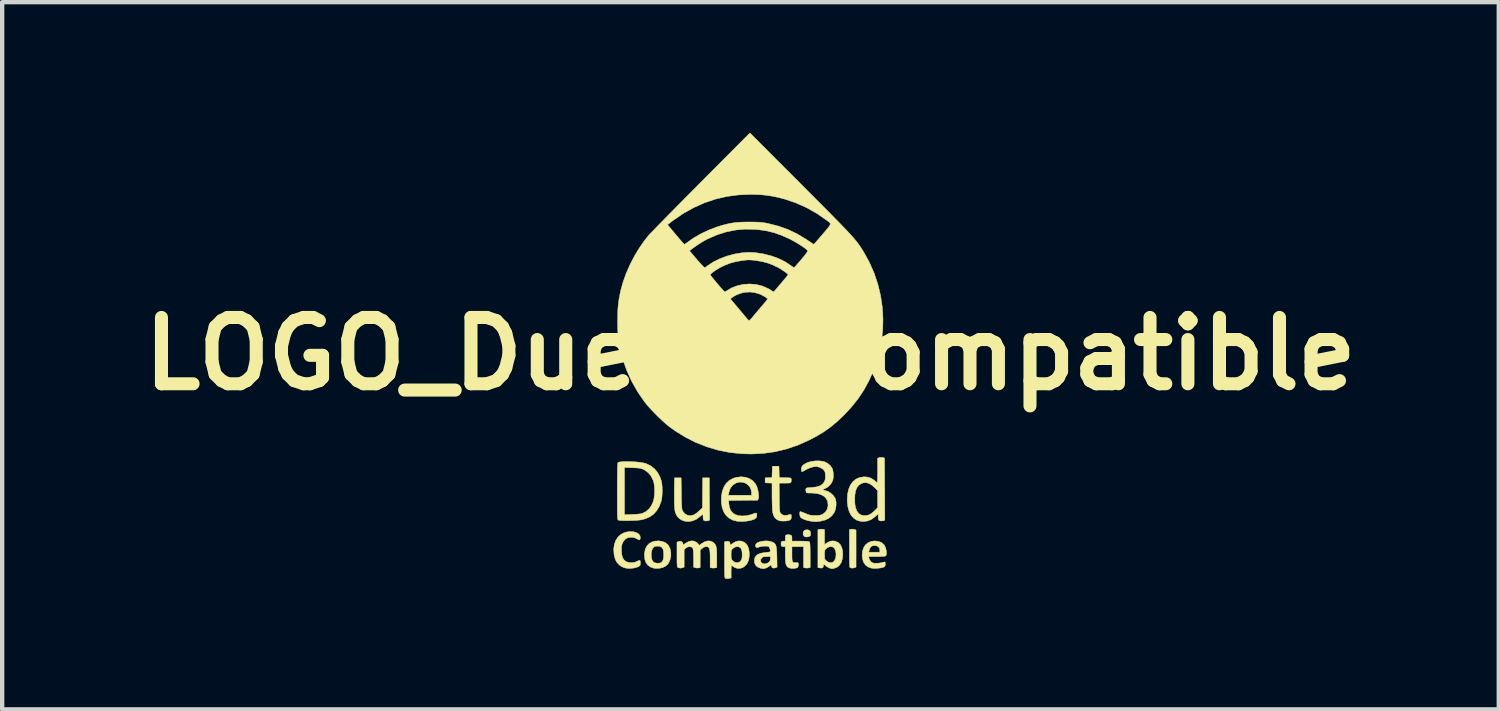
<source format=kicad_pcb>
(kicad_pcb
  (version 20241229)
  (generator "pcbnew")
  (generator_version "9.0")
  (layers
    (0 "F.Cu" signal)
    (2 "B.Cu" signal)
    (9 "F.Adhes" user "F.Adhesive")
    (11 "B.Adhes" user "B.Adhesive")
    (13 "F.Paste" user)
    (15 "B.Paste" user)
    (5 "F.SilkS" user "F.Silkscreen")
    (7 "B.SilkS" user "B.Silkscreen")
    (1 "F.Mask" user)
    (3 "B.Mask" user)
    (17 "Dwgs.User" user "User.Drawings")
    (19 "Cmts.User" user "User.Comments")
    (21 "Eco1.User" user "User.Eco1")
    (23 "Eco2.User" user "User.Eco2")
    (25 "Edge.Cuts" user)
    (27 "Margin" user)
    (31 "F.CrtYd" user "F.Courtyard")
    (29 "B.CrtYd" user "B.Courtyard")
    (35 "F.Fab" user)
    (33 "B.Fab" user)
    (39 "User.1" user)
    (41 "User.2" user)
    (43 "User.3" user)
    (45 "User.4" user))
  (footprint "LOGO_Duet3dCompatible"
    (layer "F.Cu")
    (at 14.195 5.079)
    (property "Reference" "LOGO_Duet3dCompatible" (at 0 0 0) (layer "F.SilkS") (effects (font (size 1.524 1.524) (thickness 0.3))))
    (attr through_hole)
    (fp_poly (pts (xy 1.318 4.045) (xy 1.342 4.053) (xy 1.366 4.07) (xy 1.378 4.095) (xy 1.382 4.122) (xy 1.38 4.165) (xy 1.368 4.189) (xy 1.333 4.205) (xy 1.288 4.211) (xy 1.248 4.204) (xy 1.248 4.204) (xy 1.222 4.181) (xy 1.209 4.143) (xy 1.212 4.099) (xy 1.214 4.091) (xy 1.237 4.061) (xy 1.275 4.045) (xy 1.318 4.045)) (stroke (width 0.01) (type solid)) (fill yes) (layer "F.SilkS"))
    (fp_poly (pts (xy 2.391 4.037) (xy 2.426 4.051) (xy 2.426 4.903) (xy 2.393 4.915) (xy 2.346 4.926) (xy 2.296 4.919) (xy 2.296 4.919) (xy 2.29 4.916) (xy 2.285 4.908) (xy 2.281 4.894) (xy 2.278 4.871) (xy 2.276 4.835) (xy 2.275 4.786) (xy 2.274 4.719) (xy 2.273 4.633) (xy 2.273 4.525) (xy 2.273 4.476) (xy 2.273 4.04) (xy 2.315 4.032) (xy 2.355 4.03) (xy 2.391 4.037)) (stroke (width 0.01) (type solid)) (fill yes) (layer "F.SilkS"))
    (fp_poly (pts (xy -1.587 3.213) (xy -1.586 3.319) (xy -1.584 3.404) (xy -1.581 3.468) (xy -1.579 3.517) (xy -1.576 3.553) (xy -1.571 3.579) (xy -1.566 3.597) (xy -1.559 3.612) (xy -1.556 3.618) (xy -1.511 3.674) (xy -1.454 3.707) (xy -1.413 3.717) (xy -1.357 3.718) (xy -1.303 3.702) (xy -1.247 3.668) (xy -1.187 3.617) (xy -1.105 3.541) (xy -1.102 3.196) (xy -1.099 2.851) (xy -0.946 2.851) (xy -0.943 3.337) (xy -0.939 3.823) (xy -0.975 3.837) (xy -1.022 3.843) (xy -1.048 3.839) (xy -1.069 3.831) (xy -1.081 3.818) (xy -1.087 3.794) (xy -1.09 3.755) (xy -1.094 3.682) (xy -1.157 3.739) (xy -1.243 3.802) (xy -1.334 3.841) (xy -1.427 3.856) (xy -1.507 3.848) (xy -1.572 3.826) (xy -1.632 3.789) (xy -1.677 3.745) (xy -1.686 3.731) (xy -1.705 3.698) (xy -1.72 3.665) (xy -1.732 3.627) (xy -1.74 3.583) (xy -1.745 3.528) (xy -1.749 3.459) (xy -1.75 3.373) (xy -1.75 3.267) (xy -1.75 3.2) (xy -1.746 2.851) (xy -1.594 2.851) (xy -1.587 3.213)) (stroke (width 0.01) (type solid)) (fill yes) (layer "F.SilkS"))
    (fp_poly (pts (xy -2.029 4.311) (xy -1.958 4.339) (xy -1.902 4.383) (xy -1.883 4.406) (xy -1.848 4.479) (xy -1.831 4.563) (xy -1.831 4.651) (xy -1.849 4.736) (xy -1.883 4.811) (xy -1.897 4.832) (xy -1.947 4.877) (xy -2.014 4.911) (xy -2.091 4.93) (xy -2.173 4.933) (xy -2.221 4.927) (xy -2.3 4.9) (xy -2.361 4.855) (xy -2.405 4.793) (xy -2.43 4.713) (xy -2.437 4.615) (xy -2.436 4.602) (xy -2.281 4.602) (xy -2.278 4.667) (xy -2.265 4.726) (xy -2.241 4.772) (xy -2.226 4.788) (xy -2.188 4.805) (xy -2.137 4.813) (xy -2.087 4.81) (xy -2.057 4.8) (xy -2.025 4.771) (xy -2.004 4.722) (xy -1.995 4.651) (xy -1.994 4.616) (xy -1.998 4.539) (xy -2.013 4.483) (xy -2.04 4.446) (xy -2.08 4.426) (xy -2.134 4.42) (xy -2.189 4.426) (xy -2.227 4.445) (xy -2.253 4.48) (xy -2.273 4.537) (xy -2.281 4.602) (xy -2.436 4.602) (xy -2.435 4.59) (xy -2.42 4.498) (xy -2.385 4.422) (xy -2.332 4.364) (xy -2.261 4.323) (xy -2.197 4.305) (xy -2.11 4.299) (xy -2.029 4.311)) (stroke (width 0.01) (type solid)) (fill yes) (layer "F.SilkS"))
    (fp_poly (pts (xy -2.679 4.092) (xy -2.614 4.112) (xy -2.566 4.143) (xy -2.538 4.184) (xy -2.532 4.232) (xy -2.535 4.251) (xy -2.542 4.271) (xy -2.553 4.278) (xy -2.574 4.272) (xy -2.61 4.253) (xy -2.618 4.248) (xy -2.671 4.225) (xy -2.73 4.217) (xy -2.744 4.217) (xy -2.814 4.225) (xy -2.869 4.253) (xy -2.914 4.302) (xy -2.934 4.337) (xy -2.95 4.373) (xy -2.959 4.409) (xy -2.964 4.452) (xy -2.965 4.512) (xy -2.965 4.515) (xy -2.959 4.612) (xy -2.938 4.687) (xy -2.902 4.743) (xy -2.851 4.78) (xy -2.784 4.798) (xy -2.74 4.801) (xy -2.67 4.794) (xy -2.607 4.771) (xy -2.604 4.769) (xy -2.568 4.752) (xy -2.548 4.747) (xy -2.538 4.752) (xy -2.535 4.758) (xy -2.528 4.8) (xy -2.533 4.845) (xy -2.54 4.864) (xy -2.564 4.886) (xy -2.607 4.905) (xy -2.662 4.92) (xy -2.724 4.93) (xy -2.786 4.934) (xy -2.842 4.93) (xy -2.851 4.928) (xy -2.913 4.912) (xy -2.961 4.89) (xy -3.006 4.858) (xy -3.024 4.842) (xy -3.072 4.79) (xy -3.105 4.728) (xy -3.128 4.651) (xy -3.136 4.601) (xy -3.143 4.488) (xy -3.129 4.384) (xy -3.097 4.293) (xy -3.048 4.215) (xy -2.983 4.154) (xy -2.904 4.111) (xy -2.813 4.089) (xy -2.76 4.085) (xy -2.679 4.092)) (stroke (width 0.01) (type solid)) (fill yes) (layer "F.SilkS"))
    (fp_poly (pts (xy 0.658 2.714) (xy 0.661 2.844) (xy 0.797 2.848) (xy 0.858 2.849) (xy 0.897 2.852) (xy 0.92 2.856) (xy 0.932 2.863) (xy 0.936 2.874) (xy 0.938 2.881) (xy 0.938 2.918) (xy 0.934 2.941) (xy 0.93 2.955) (xy 0.921 2.964) (xy 0.904 2.969) (xy 0.873 2.971) (xy 0.824 2.972) (xy 0.793 2.972) (xy 0.659 2.972) (xy 0.663 3.301) (xy 0.664 3.401) (xy 0.666 3.48) (xy 0.667 3.539) (xy 0.67 3.582) (xy 0.673 3.613) (xy 0.677 3.635) (xy 0.683 3.65) (xy 0.691 3.662) (xy 0.693 3.666) (xy 0.734 3.701) (xy 0.788 3.715) (xy 0.85 3.708) (xy 0.864 3.703) (xy 0.899 3.693) (xy 0.924 3.69) (xy 0.929 3.691) (xy 0.936 3.706) (xy 0.94 3.737) (xy 0.94 3.745) (xy 0.935 3.786) (xy 0.918 3.814) (xy 0.884 3.831) (xy 0.832 3.841) (xy 0.79 3.843) (xy 0.74 3.844) (xy 0.696 3.842) (xy 0.669 3.838) (xy 0.667 3.838) (xy 0.603 3.806) (xy 0.557 3.765) (xy 0.527 3.708) (xy 0.509 3.639) (xy 0.505 3.605) (xy 0.501 3.549) (xy 0.499 3.478) (xy 0.497 3.396) (xy 0.495 3.308) (xy 0.495 3.269) (xy 0.495 2.973) (xy 0.337 2.965) (xy 0.337 2.851) (xy 0.494 2.844) (xy 0.502 2.584) (xy 0.654 2.584) (xy 0.658 2.714)) (stroke (width 0.01) (type solid)) (fill yes) (layer "F.SilkS"))
    (fp_poly (pts (xy 2.944 4.311) (xy 3.015 4.341) (xy 3.069 4.389) (xy 3.105 4.455) (xy 3.123 4.538) (xy 3.124 4.573) (xy 3.122 4.615) (xy 3.112 4.638) (xy 3.1 4.648) (xy 3.078 4.653) (xy 3.037 4.657) (xy 2.98 4.659) (xy 2.915 4.661) (xy 2.895 4.661) (xy 2.716 4.661) (xy 2.724 4.702) (xy 2.739 4.739) (xy 2.765 4.774) (xy 2.77 4.778) (xy 2.793 4.797) (xy 2.817 4.808) (xy 2.85 4.812) (xy 2.894 4.813) (xy 2.948 4.811) (xy 3 4.803) (xy 3.033 4.795) (xy 3.066 4.786) (xy 3.088 4.783) (xy 3.091 4.785) (xy 3.097 4.803) (xy 3.098 4.835) (xy 3.095 4.867) (xy 3.089 4.885) (xy 3.067 4.9) (xy 3.026 4.914) (xy 2.973 4.924) (xy 2.913 4.931) (xy 2.854 4.933) (xy 2.8 4.93) (xy 2.783 4.927) (xy 2.704 4.9) (xy 2.642 4.854) (xy 2.598 4.791) (xy 2.573 4.71) (xy 2.565 4.628) (xy 2.572 4.559) (xy 2.717 4.559) (xy 2.972 4.559) (xy 2.972 4.514) (xy 2.961 4.464) (xy 2.93 4.428) (xy 2.883 4.41) (xy 2.855 4.407) (xy 2.803 4.414) (xy 2.765 4.437) (xy 2.74 4.479) (xy 2.726 4.524) (xy 2.717 4.559) (xy 2.572 4.559) (xy 2.575 4.531) (xy 2.603 4.449) (xy 2.649 4.383) (xy 2.71 4.336) (xy 2.786 4.308) (xy 2.857 4.301) (xy 2.944 4.311)) (stroke (width 0.01) (type solid)) (fill yes) (layer "F.SilkS"))
    (fp_poly (pts (xy 1.669 4.033) (xy 1.669 4.033) (xy 1.702 4.041) (xy 1.702 4.382) (xy 1.75 4.35) (xy 1.815 4.314) (xy 1.875 4.3) (xy 1.936 4.304) (xy 1.945 4.306) (xy 2.01 4.333) (xy 2.061 4.381) (xy 2.097 4.448) (xy 2.117 4.533) (xy 2.121 4.603) (xy 2.113 4.705) (xy 2.089 4.789) (xy 2.049 4.855) (xy 1.995 4.902) (xy 1.937 4.926) (xy 1.898 4.936) (xy 1.873 4.939) (xy 1.85 4.935) (xy 1.817 4.924) (xy 1.811 4.922) (xy 1.77 4.901) (xy 1.732 4.875) (xy 1.728 4.871) (xy 1.7 4.847) (xy 1.684 4.841) (xy 1.677 4.856) (xy 1.676 4.876) (xy 1.667 4.909) (xy 1.639 4.924) (xy 1.593 4.922) (xy 1.587 4.921) (xy 1.549 4.913) (xy 1.549 4.616) (xy 1.702 4.616) (xy 1.702 4.668) (xy 1.705 4.702) (xy 1.712 4.724) (xy 1.726 4.742) (xy 1.747 4.761) (xy 1.796 4.792) (xy 1.846 4.802) (xy 1.891 4.79) (xy 1.916 4.771) (xy 1.946 4.722) (xy 1.963 4.661) (xy 1.966 4.595) (xy 1.957 4.531) (xy 1.933 4.477) (xy 1.917 4.457) (xy 1.878 4.435) (xy 1.831 4.432) (xy 1.781 4.448) (xy 1.747 4.472) (xy 1.725 4.492) (xy 1.711 4.51) (xy 1.705 4.532) (xy 1.702 4.567) (xy 1.702 4.616) (xy 1.549 4.616) (xy 1.549 4.041) (xy 1.593 4.033) (xy 1.633 4.03) (xy 1.669 4.033)) (stroke (width 0.01) (type solid)) (fill yes) (layer "F.SilkS"))
    (fp_poly (pts (xy 0.918 4.164) (xy 0.939 4.175) (xy 0.949 4.191) (xy 0.952 4.221) (xy 0.953 4.241) (xy 0.953 4.305) (xy 1.147 4.305) (xy 1.234 4.306) (xy 1.297 4.309) (xy 1.337 4.313) (xy 1.356 4.32) (xy 1.356 4.321) (xy 1.362 4.335) (xy 1.366 4.366) (xy 1.369 4.417) (xy 1.371 4.488) (xy 1.372 4.583) (xy 1.372 4.624) (xy 1.372 4.913) (xy 1.333 4.921) (xy 1.291 4.925) (xy 1.257 4.921) (xy 1.219 4.913) (xy 1.219 4.432) (xy 0.953 4.432) (xy 0.953 4.602) (xy 0.953 4.678) (xy 0.956 4.733) (xy 0.963 4.769) (xy 0.975 4.789) (xy 0.994 4.799) (xy 1.021 4.8) (xy 1.041 4.798) (xy 1.076 4.798) (xy 1.094 4.806) (xy 1.1 4.816) (xy 1.103 4.85) (xy 1.095 4.886) (xy 1.08 4.913) (xy 1.069 4.92) (xy 1.008 4.932) (xy 0.948 4.933) (xy 0.918 4.928) (xy 0.878 4.916) (xy 0.849 4.897) (xy 0.827 4.869) (xy 0.813 4.829) (xy 0.805 4.772) (xy 0.801 4.697) (xy 0.8 4.623) (xy 0.8 4.432) (xy 0.756 4.432) (xy 0.724 4.429) (xy 0.709 4.415) (xy 0.704 4.401) (xy 0.701 4.362) (xy 0.704 4.337) (xy 0.714 4.315) (xy 0.735 4.306) (xy 0.756 4.305) (xy 0.8 4.305) (xy 0.8 4.236) (xy 0.801 4.196) (xy 0.806 4.175) (xy 0.818 4.165) (xy 0.842 4.159) (xy 0.882 4.157) (xy 0.918 4.164)) (stroke (width 0.01) (type solid)) (fill yes) (layer "F.SilkS"))
    (fp_poly (pts (xy -0.115 2.837) (xy -0.026 2.867) (xy 0.05 2.917) (xy 0.111 2.985) (xy 0.135 3.026) (xy 0.154 3.074) (xy 0.17 3.134) (xy 0.182 3.197) (xy 0.187 3.257) (xy 0.187 3.306) (xy 0.18 3.333) (xy 0.166 3.365) (xy -0.168 3.368) (xy -0.502 3.372) (xy -0.498 3.435) (xy -0.485 3.527) (xy -0.454 3.601) (xy -0.406 3.659) (xy -0.346 3.697) (xy -0.276 3.719) (xy -0.191 3.727) (xy -0.098 3.721) (xy -0.004 3.701) (xy 0.026 3.691) (xy 0.072 3.675) (xy 0.108 3.664) (xy 0.128 3.658) (xy 0.13 3.658) (xy 0.138 3.668) (xy 0.145 3.688) (xy 0.145 3.736) (xy 0.123 3.777) (xy 0.084 3.804) (xy 0.008 3.828) (xy -0.083 3.845) (xy -0.18 3.853) (xy -0.271 3.852) (xy -0.305 3.849) (xy -0.406 3.823) (xy -0.491 3.778) (xy -0.561 3.715) (xy -0.615 3.633) (xy -0.651 3.535) (xy -0.669 3.421) (xy -0.669 3.293) (xy -0.669 3.287) (xy -0.663 3.251) (xy -0.511 3.251) (xy 0.025 3.251) (xy 0.025 3.201) (xy 0.014 3.125) (xy -0.016 3.06) (xy -0.062 3.009) (xy -0.119 2.972) (xy -0.184 2.952) (xy -0.253 2.949) (xy -0.322 2.966) (xy -0.387 3.004) (xy -0.415 3.03) (xy -0.442 3.06) (xy -0.462 3.09) (xy -0.478 3.127) (xy -0.493 3.178) (xy -0.502 3.216) (xy -0.511 3.251) (xy -0.663 3.251) (xy -0.65 3.167) (xy -0.613 3.063) (xy -0.559 2.978) (xy -0.488 2.911) (xy -0.401 2.863) (xy -0.32 2.838) (xy -0.214 2.827) (xy -0.115 2.837)) (stroke (width 0.01) (type solid)) (fill yes) (layer "F.SilkS"))
    (fp_poly (pts (xy -1.294 4.305) (xy -1.238 4.334) (xy -1.211 4.36) (xy -1.175 4.401) (xy -1.12 4.36) (xy -1.051 4.319) (xy -0.983 4.3) (xy -0.919 4.304) (xy -0.861 4.33) (xy -0.835 4.353) (xy -0.815 4.377) (xy -0.799 4.402) (xy -0.789 4.432) (xy -0.781 4.473) (xy -0.777 4.526) (xy -0.775 4.597) (xy -0.775 4.686) (xy -0.775 4.913) (xy -0.813 4.921) (xy -0.855 4.925) (xy -0.889 4.921) (xy -0.927 4.913) (xy -0.927 4.71) (xy -0.928 4.619) (xy -0.931 4.55) (xy -0.938 4.5) (xy -0.948 4.467) (xy -0.965 4.446) (xy -0.988 4.436) (xy -1.019 4.433) (xy -1.025 4.432) (xy -1.07 4.444) (xy -1.111 4.472) (xy -1.156 4.511) (xy -1.156 4.914) (xy -1.197 4.922) (xy -1.238 4.923) (xy -1.273 4.916) (xy -1.308 4.903) (xy -1.308 4.702) (xy -1.309 4.614) (xy -1.312 4.548) (xy -1.317 4.501) (xy -1.326 4.469) (xy -1.341 4.45) (xy -1.361 4.44) (xy -1.388 4.435) (xy -1.392 4.435) (xy -1.435 4.437) (xy -1.47 4.454) (xy -1.484 4.465) (xy -1.524 4.498) (xy -1.524 4.903) (xy -1.557 4.915) (xy -1.606 4.926) (xy -1.653 4.917) (xy -1.661 4.915) (xy -1.67 4.91) (xy -1.677 4.904) (xy -1.682 4.892) (xy -1.685 4.871) (xy -1.687 4.838) (xy -1.689 4.79) (xy -1.689 4.724) (xy -1.689 4.636) (xy -1.689 4.33) (xy -1.657 4.315) (xy -1.616 4.307) (xy -1.58 4.317) (xy -1.557 4.342) (xy -1.552 4.36) (xy -1.548 4.395) (xy -1.495 4.356) (xy -1.425 4.316) (xy -1.357 4.299) (xy -1.294 4.305)) (stroke (width 0.01) (type solid)) (fill yes) (layer "F.SilkS"))
    (fp_poly (pts (xy 3.035 2.384) (xy 3.08 2.395) (xy 3.083 3.109) (xy 3.086 3.823) (xy 3.052 3.836) (xy 3.013 3.843) (xy 2.974 3.838) (xy 2.947 3.822) (xy 2.944 3.819) (xy 2.938 3.798) (xy 2.934 3.762) (xy 2.934 3.742) (xy 2.934 3.68) (xy 2.87 3.739) (xy 2.786 3.802) (xy 2.696 3.841) (xy 2.6 3.855) (xy 2.521 3.849) (xy 2.438 3.822) (xy 2.367 3.774) (xy 2.309 3.706) (xy 2.266 3.619) (xy 2.237 3.515) (xy 2.223 3.394) (xy 2.223 3.353) (xy 2.223 3.346) (xy 2.394 3.346) (xy 2.4 3.457) (xy 2.417 3.546) (xy 2.445 3.615) (xy 2.485 3.667) (xy 2.534 3.701) (xy 2.59 3.718) (xy 2.655 3.718) (xy 2.72 3.703) (xy 2.738 3.695) (xy 2.775 3.672) (xy 2.818 3.638) (xy 2.856 3.603) (xy 2.921 3.537) (xy 2.921 3.141) (xy 2.847 3.07) (xy 2.777 3.011) (xy 2.712 2.975) (xy 2.651 2.961) (xy 2.589 2.967) (xy 2.545 2.983) (xy 2.488 3.021) (xy 2.445 3.077) (xy 2.415 3.152) (xy 2.399 3.247) (xy 2.394 3.346) (xy 2.223 3.346) (xy 2.231 3.225) (xy 2.256 3.113) (xy 2.296 3.017) (xy 2.351 2.94) (xy 2.42 2.882) (xy 2.502 2.845) (xy 2.595 2.829) (xy 2.616 2.828) (xy 2.697 2.835) (xy 2.767 2.858) (xy 2.835 2.901) (xy 2.852 2.915) (xy 2.883 2.939) (xy 2.906 2.955) (xy 2.914 2.959) (xy 2.916 2.947) (xy 2.918 2.913) (xy 2.919 2.861) (xy 2.92 2.795) (xy 2.921 2.717) (xy 2.921 2.679) (xy 2.921 2.4) (xy 2.955 2.387) (xy 2.999 2.38) (xy 3.035 2.384)) (stroke (width 0.01) (type solid)) (fill yes) (layer "F.SilkS"))
    (fp_poly (pts (xy 0.436 4.306) (xy 0.501 4.325) (xy 0.528 4.339) (xy 0.552 4.357) (xy 0.57 4.378) (xy 0.584 4.407) (xy 0.594 4.446) (xy 0.6 4.499) (xy 0.604 4.569) (xy 0.607 4.662) (xy 0.607 4.67) (xy 0.612 4.901) (xy 0.58 4.916) (xy 0.54 4.926) (xy 0.507 4.92) (xy 0.486 4.9) (xy 0.483 4.883) (xy 0.48 4.859) (xy 0.471 4.854) (xy 0.451 4.866) (xy 0.43 4.883) (xy 0.391 4.908) (xy 0.348 4.927) (xy 0.346 4.927) (xy 0.31 4.936) (xy 0.285 4.938) (xy 0.256 4.933) (xy 0.235 4.929) (xy 0.167 4.903) (xy 0.121 4.865) (xy 0.096 4.812) (xy 0.09 4.763) (xy 0.231 4.763) (xy 0.244 4.793) (xy 0.271 4.815) (xy 0.308 4.827) (xy 0.35 4.826) (xy 0.394 4.81) (xy 0.418 4.793) (xy 0.446 4.764) (xy 0.456 4.731) (xy 0.457 4.711) (xy 0.457 4.661) (xy 0.374 4.661) (xy 0.326 4.662) (xy 0.295 4.668) (xy 0.273 4.68) (xy 0.26 4.692) (xy 0.234 4.729) (xy 0.231 4.763) (xy 0.09 4.763) (xy 0.089 4.755) (xy 0.097 4.695) (xy 0.122 4.647) (xy 0.166 4.611) (xy 0.23 4.585) (xy 0.316 4.569) (xy 0.353 4.565) (xy 0.405 4.56) (xy 0.437 4.554) (xy 0.452 4.546) (xy 0.457 4.535) (xy 0.457 4.533) (xy 0.452 4.499) (xy 0.438 4.463) (xy 0.422 4.435) (xy 0.415 4.43) (xy 0.388 4.422) (xy 0.345 4.42) (xy 0.295 4.422) (xy 0.245 4.429) (xy 0.205 4.439) (xy 0.203 4.44) (xy 0.158 4.453) (xy 0.13 4.449) (xy 0.116 4.427) (xy 0.114 4.407) (xy 0.125 4.371) (xy 0.158 4.342) (xy 0.214 4.32) (xy 0.278 4.306) (xy 0.359 4.299) (xy 0.436 4.306)) (stroke (width 0.01) (type solid)) (fill yes) (layer "F.SilkS"))
    (fp_poly (pts (xy -0.203 4.305) (xy -0.142 4.332) (xy -0.089 4.38) (xy -0.062 4.423) (xy -0.041 4.484) (xy -0.029 4.56) (xy -0.028 4.641) (xy -0.038 4.718) (xy -0.044 4.744) (xy -0.075 4.816) (xy -0.121 4.872) (xy -0.176 4.912) (xy -0.239 4.932) (xy -0.303 4.932) (xy -0.367 4.91) (xy -0.397 4.889) (xy -0.422 4.872) (xy -0.437 4.864) (xy -0.437 4.864) (xy -0.44 4.876) (xy -0.442 4.908) (xy -0.444 4.956) (xy -0.445 5.009) (xy -0.445 5.153) (xy -0.484 5.161) (xy -0.522 5.167) (xy -0.551 5.165) (xy -0.575 5.16) (xy -0.581 5.157) (xy -0.586 5.15) (xy -0.589 5.135) (xy -0.592 5.111) (xy -0.594 5.075) (xy -0.596 5.024) (xy -0.596 4.956) (xy -0.597 4.868) (xy -0.597 4.758) (xy -0.597 4.738) (xy -0.597 4.616) (xy -0.445 4.616) (xy -0.444 4.668) (xy -0.441 4.702) (xy -0.434 4.724) (xy -0.421 4.742) (xy -0.399 4.762) (xy -0.365 4.788) (xy -0.334 4.798) (xy -0.301 4.798) (xy -0.262 4.791) (xy -0.236 4.773) (xy -0.219 4.751) (xy -0.202 4.719) (xy -0.194 4.683) (xy -0.191 4.633) (xy -0.191 4.622) (xy -0.195 4.545) (xy -0.209 4.489) (xy -0.234 4.454) (xy -0.272 4.436) (xy -0.305 4.432) (xy -0.348 4.439) (xy -0.387 4.461) (xy -0.4 4.472) (xy -0.422 4.492) (xy -0.435 4.51) (xy -0.442 4.532) (xy -0.444 4.567) (xy -0.445 4.616) (xy -0.597 4.616) (xy -0.597 4.321) (xy -0.565 4.313) (xy -0.527 4.31) (xy -0.502 4.313) (xy -0.478 4.325) (xy -0.47 4.351) (xy -0.47 4.357) (xy -0.468 4.384) (xy -0.463 4.394) (xy -0.45 4.387) (xy -0.424 4.369) (xy -0.409 4.357) (xy -0.341 4.317) (xy -0.271 4.3) (xy -0.203 4.305)) (stroke (width 0.01) (type solid)) (fill yes) (layer "F.SilkS"))
    (fp_poly (pts (xy -2.784 2.478) (xy -2.702 2.481) (xy -2.621 2.486) (xy -2.545 2.494) (xy -2.478 2.504) (xy -2.423 2.516) (xy -2.4 2.523) (xy -2.293 2.575) (xy -2.205 2.644) (xy -2.133 2.73) (xy -2.078 2.836) (xy -2.05 2.915) (xy -2.037 2.977) (xy -2.03 3.056) (xy -2.027 3.144) (xy -2.03 3.233) (xy -2.037 3.314) (xy -2.05 3.379) (xy -2.051 3.385) (xy -2.096 3.506) (xy -2.155 3.606) (xy -2.228 3.687) (xy -2.318 3.749) (xy -2.425 3.794) (xy -2.506 3.815) (xy -2.553 3.822) (xy -2.615 3.828) (xy -2.686 3.832) (xy -2.762 3.834) (xy -2.838 3.835) (xy -2.908 3.835) (xy -2.969 3.832) (xy -3.013 3.828) (xy -3.038 3.822) (xy -3.038 3.822) (xy -3.043 3.817) (xy -3.048 3.81) (xy -3.051 3.796) (xy -3.054 3.775) (xy -3.056 3.744) (xy -3.058 3.701) (xy -3.058 3.699) (xy -2.896 3.699) (xy -2.715 3.692) (xy -2.645 3.689) (xy -2.581 3.684) (xy -2.529 3.678) (xy -2.494 3.672) (xy -2.489 3.67) (xy -2.404 3.628) (xy -2.331 3.565) (xy -2.273 3.483) (xy -2.234 3.395) (xy -2.216 3.322) (xy -2.206 3.235) (xy -2.203 3.142) (xy -2.207 3.05) (xy -2.219 2.968) (xy -2.233 2.917) (xy -2.281 2.817) (xy -2.345 2.737) (xy -2.426 2.675) (xy -2.472 2.652) (xy -2.502 2.64) (xy -2.536 2.632) (xy -2.578 2.626) (xy -2.634 2.622) (xy -2.71 2.619) (xy -2.715 2.619) (xy -2.896 2.613) (xy -2.896 3.699) (xy -3.058 3.699) (xy -3.059 3.644) (xy -3.06 3.57) (xy -3.06 3.479) (xy -3.06 3.367) (xy -3.061 3.233) (xy -3.061 3.165) (xy -3.06 3.024) (xy -3.06 2.895) (xy -3.058 2.782) (xy -3.057 2.685) (xy -3.055 2.607) (xy -3.053 2.549) (xy -3.05 2.513) (xy -3.048 2.502) (xy -3.029 2.491) (xy -2.988 2.484) (xy -2.931 2.479) (xy -2.861 2.477) (xy -2.784 2.478)) (stroke (width 0.01) (type solid)) (fill yes) (layer "F.SilkS"))
    (fp_poly (pts (xy 1.594 2.462) (xy 1.677 2.475) (xy 1.701 2.482) (xy 1.766 2.514) (xy 1.825 2.561) (xy 1.869 2.617) (xy 1.889 2.662) (xy 1.901 2.726) (xy 1.904 2.8) (xy 1.899 2.871) (xy 1.89 2.911) (xy 1.862 2.968) (xy 1.818 3.024) (xy 1.765 3.07) (xy 1.721 3.093) (xy 1.687 3.108) (xy 1.667 3.12) (xy 1.664 3.124) (xy 1.675 3.132) (xy 1.703 3.14) (xy 1.715 3.142) (xy 1.783 3.164) (xy 1.848 3.205) (xy 1.905 3.259) (xy 1.945 3.321) (xy 1.956 3.347) (xy 1.967 3.408) (xy 1.967 3.481) (xy 1.957 3.556) (xy 1.937 3.622) (xy 1.925 3.647) (xy 1.868 3.724) (xy 1.796 3.783) (xy 1.708 3.823) (xy 1.6 3.848) (xy 1.594 3.848) (xy 1.545 3.855) (xy 1.51 3.858) (xy 1.48 3.858) (xy 1.444 3.854) (xy 1.394 3.848) (xy 1.391 3.848) (xy 1.325 3.835) (xy 1.262 3.817) (xy 1.207 3.795) (xy 1.166 3.771) (xy 1.149 3.756) (xy 1.138 3.728) (xy 1.131 3.691) (xy 1.131 3.656) (xy 1.137 3.631) (xy 1.141 3.627) (xy 1.157 3.629) (xy 1.189 3.64) (xy 1.234 3.657) (xy 1.258 3.667) (xy 1.312 3.69) (xy 1.354 3.704) (xy 1.394 3.711) (xy 1.443 3.714) (xy 1.486 3.714) (xy 1.546 3.714) (xy 1.588 3.71) (xy 1.62 3.703) (xy 1.649 3.69) (xy 1.664 3.683) (xy 1.723 3.636) (xy 1.762 3.574) (xy 1.781 3.499) (xy 1.782 3.468) (xy 1.771 3.389) (xy 1.739 3.324) (xy 1.686 3.272) (xy 1.612 3.233) (xy 1.519 3.21) (xy 1.407 3.2) (xy 1.393 3.2) (xy 1.34 3.2) (xy 1.307 3.198) (xy 1.289 3.193) (xy 1.28 3.183) (xy 1.276 3.17) (xy 1.271 3.133) (xy 1.272 3.11) (xy 1.275 3.096) (xy 1.284 3.087) (xy 1.302 3.081) (xy 1.335 3.077) (xy 1.388 3.073) (xy 1.405 3.072) (xy 1.498 3.062) (xy 1.57 3.045) (xy 1.625 3.018) (xy 1.668 2.981) (xy 1.687 2.955) (xy 1.705 2.923) (xy 1.716 2.891) (xy 1.72 2.851) (xy 1.721 2.812) (xy 1.719 2.757) (xy 1.713 2.72) (xy 1.7 2.692) (xy 1.695 2.684) (xy 1.654 2.645) (xy 1.599 2.614) (xy 1.539 2.595) (xy 1.504 2.591) (xy 1.441 2.599) (xy 1.367 2.621) (xy 1.292 2.654) (xy 1.251 2.677) (xy 1.215 2.697) (xy 1.189 2.709) (xy 1.178 2.71) (xy 1.172 2.694) (xy 1.169 2.663) (xy 1.168 2.649) (xy 1.173 2.611) (xy 1.189 2.579) (xy 1.22 2.55) (xy 1.259 2.524) (xy 1.327 2.493) (xy 1.411 2.472) (xy 1.503 2.461) (xy 1.594 2.462)) (stroke (width 0.01) (type solid)) (fill yes) (layer "F.SilkS"))
    (fp_poly (pts (xy 1.16 -3.899) (xy 1.335 -3.723) (xy 1.494 -3.564) (xy 1.636 -3.421) (xy 1.764 -3.292) (xy 1.878 -3.177) (xy 1.978 -3.075) (xy 2.067 -2.984) (xy 2.145 -2.903) (xy 2.213 -2.832) (xy 2.273 -2.768) (xy 2.324 -2.712) (xy 2.369 -2.662) (xy 2.407 -2.616) (xy 2.441 -2.574) (xy 2.471 -2.535) (xy 2.498 -2.498) (xy 2.524 -2.461) (xy 2.548 -2.423) (xy 2.573 -2.384) (xy 2.599 -2.341) (xy 2.601 -2.339) (xy 2.732 -2.101) (xy 2.841 -1.853) (xy 2.927 -1.597) (xy 2.99 -1.335) (xy 3.029 -1.069) (xy 3.045 -0.8) (xy 3.037 -0.53) (xy 3.006 -0.261) (xy 2.951 0.005) (xy 2.871 0.267) (xy 2.827 0.385) (xy 2.724 0.617) (xy 2.607 0.831) (xy 2.473 1.033) (xy 2.319 1.226) (xy 2.147 1.41) (xy 1.993 1.556) (xy 1.841 1.682) (xy 1.683 1.795) (xy 1.512 1.898) (xy 1.327 1.994) (xy 1.075 2.105) (xy 0.821 2.19) (xy 0.562 2.252) (xy 0.298 2.289) (xy 0.025 2.303) (xy -0.203 2.297) (xy -0.474 2.269) (xy -0.74 2.216) (xy -1.001 2.139) (xy -1.255 2.039) (xy -1.5 1.915) (xy -1.735 1.769) (xy -1.858 1.681) (xy -1.934 1.619) (xy -2.02 1.543) (xy -2.111 1.457) (xy -2.202 1.366) (xy -2.289 1.275) (xy -2.366 1.189) (xy -2.428 1.112) (xy -2.437 1.101) (xy -2.598 0.866) (xy -2.734 0.625) (xy -2.847 0.375) (xy -2.937 0.116) (xy -2.98 -0.044) (xy -3.004 -0.153) (xy -3.022 -0.252) (xy -3.036 -0.349) (xy -3.045 -0.45) (xy -3.05 -0.56) (xy -3.053 -0.687) (xy -3.053 -0.749) (xy -3.052 -0.879) (xy -3.049 -0.99) (xy -3.042 -1.089) (xy -3.032 -1.182) (xy -3.02 -1.261) (xy -0.462 -1.261) (xy -0.304 -1.073) (xy -0.251 -1.01) (xy -0.199 -0.949) (xy -0.154 -0.894) (xy -0.117 -0.851) (xy -0.095 -0.824) (xy -0.067 -0.792) (xy -0.044 -0.769) (xy -0.032 -0.762) (xy -0.018 -0.771) (xy 0.006 -0.796) (xy 0.038 -0.831) (xy 0.051 -0.847) (xy 0.084 -0.887) (xy 0.129 -0.941) (xy 0.181 -1.002) (xy 0.234 -1.064) (xy 0.257 -1.091) (xy 0.303 -1.145) (xy 0.342 -1.192) (xy 0.372 -1.23) (xy 0.39 -1.253) (xy 0.394 -1.26) (xy 0.384 -1.272) (xy 0.358 -1.292) (xy 0.327 -1.314) (xy 0.223 -1.368) (xy 0.109 -1.403) (xy -0.009 -1.419) (xy -0.125 -1.413) (xy -0.169 -1.405) (xy -0.257 -1.378) (xy -0.339 -1.344) (xy -0.407 -1.304) (xy -0.425 -1.291) (xy -0.462 -1.261) (xy -3.02 -1.261) (xy -3.017 -1.276) (xy -2.998 -1.378) (xy -2.979 -1.464) (xy -2.927 -1.651) (xy -2.869 -1.813) (xy -0.924 -1.813) (xy -0.914 -1.798) (xy -0.891 -1.768) (xy -0.858 -1.726) (xy -0.817 -1.678) (xy -0.773 -1.625) (xy -0.727 -1.571) (xy -0.684 -1.521) (xy -0.646 -1.478) (xy -0.616 -1.445) (xy -0.597 -1.426) (xy -0.593 -1.423) (xy -0.576 -1.429) (xy -0.549 -1.445) (xy -0.547 -1.447) (xy -0.435 -1.513) (xy -0.308 -1.562) (xy -0.171 -1.593) (xy -0.03 -1.604) (xy -0.019 -1.604) (xy 0.132 -1.592) (xy 0.275 -1.556) (xy 0.411 -1.496) (xy 0.473 -1.459) (xy 0.533 -1.42) (xy 0.568 -1.462) (xy 0.589 -1.486) (xy 0.622 -1.525) (xy 0.664 -1.575) (xy 0.711 -1.629) (xy 0.733 -1.656) (xy 0.778 -1.708) (xy 0.816 -1.754) (xy 0.844 -1.79) (xy 0.861 -1.813) (xy 0.864 -1.818) (xy 0.854 -1.832) (xy 0.827 -1.855) (xy 0.788 -1.885) (xy 0.741 -1.917) (xy 0.693 -1.948) (xy 0.647 -1.976) (xy 0.629 -1.985) (xy 0.512 -2.041) (xy 0.401 -2.083) (xy 0.286 -2.114) (xy 0.158 -2.138) (xy 0.128 -2.142) (xy 0.059 -2.151) (xy 0.006 -2.155) (xy -0.041 -2.157) (xy -0.09 -2.154) (xy -0.15 -2.147) (xy -0.189 -2.142) (xy -0.337 -2.117) (xy -0.47 -2.081) (xy -0.597 -2.031) (xy -0.657 -2.003) (xy -0.716 -1.971) (xy -0.774 -1.936) (xy -0.828 -1.901) (xy -0.873 -1.867) (xy -0.906 -1.839) (xy -0.923 -1.819) (xy -0.924 -1.813) (xy -2.869 -1.813) (xy -2.857 -1.846) (xy -2.77 -2.044) (xy -2.67 -2.239) (xy -2.594 -2.366) (xy -1.401 -2.366) (xy -1.233 -2.168) (xy -1.177 -2.103) (xy -1.129 -2.05) (xy -1.09 -2.01) (xy -1.063 -1.985) (xy -1.05 -1.977) (xy -1.049 -1.977) (xy -1.031 -1.99) (xy -1.002 -2.011) (xy -0.991 -2.019) (xy -0.858 -2.107) (xy -0.708 -2.182) (xy -0.546 -2.243) (xy -0.376 -2.29) (xy -0.204 -2.319) (xy -0.036 -2.331) (xy 0.108 -2.324) (xy 0.297 -2.295) (xy 0.478 -2.249) (xy 0.647 -2.188) (xy 0.8 -2.112) (xy 0.935 -2.022) (xy 0.942 -2.017) (xy 0.972 -1.996) (xy 0.994 -1.983) (xy 1 -1.981) (xy 1.012 -1.99) (xy 1.037 -2.016) (xy 1.072 -2.056) (xy 1.116 -2.106) (xy 1.165 -2.163) (xy 1.169 -2.167) (xy 1.227 -2.237) (xy 1.269 -2.291) (xy 1.297 -2.33) (xy 1.312 -2.355) (xy 1.314 -2.369) (xy 1.313 -2.371) (xy 1.291 -2.394) (xy 1.251 -2.426) (xy 1.196 -2.465) (xy 1.131 -2.507) (xy 1.06 -2.551) (xy 0.986 -2.593) (xy 0.915 -2.631) (xy 0.895 -2.641) (xy 0.719 -2.72) (xy 0.548 -2.78) (xy 0.377 -2.823) (xy 0.197 -2.85) (xy 0.114 -2.857) (xy -0.115 -2.863) (xy -0.336 -2.844) (xy -0.553 -2.801) (xy -0.767 -2.733) (xy -0.98 -2.641) (xy -0.982 -2.64) (xy -1.063 -2.597) (xy -1.153 -2.543) (xy -1.243 -2.484) (xy -1.324 -2.427) (xy -1.364 -2.396) (xy -1.401 -2.366) (xy -2.594 -2.366) (xy -2.558 -2.425) (xy -2.439 -2.597) (xy -2.347 -2.713) (xy -2.326 -2.737) (xy -2.288 -2.777) (xy -2.234 -2.832) (xy -2.167 -2.902) (xy -2.105 -2.965) (xy -1.906 -2.965) (xy -1.718 -2.74) (xy -1.664 -2.676) (xy -1.615 -2.619) (xy -1.574 -2.572) (xy -1.543 -2.538) (xy -1.524 -2.518) (xy -1.519 -2.515) (xy -1.504 -2.522) (xy -1.477 -2.54) (xy -1.462 -2.551) (xy -1.314 -2.656) (xy -1.146 -2.754) (xy -0.965 -2.84) (xy -0.777 -2.912) (xy -0.649 -2.952) (xy -0.549 -2.978) (xy -0.458 -2.998) (xy -0.369 -3.012) (xy -0.276 -3.021) (xy -0.173 -3.026) (xy -0.053 -3.028) (xy -0.019 -3.028) (xy 0.076 -3.027) (xy 0.151 -3.025) (xy 0.212 -3.022) (xy 0.265 -3.018) (xy 0.315 -3.011) (xy 0.369 -3.001) (xy 0.411 -2.992) (xy 0.644 -2.933) (xy 0.862 -2.855) (xy 1.07 -2.756) (xy 1.272 -2.635) (xy 1.287 -2.625) (xy 1.343 -2.587) (xy 1.392 -2.555) (xy 1.429 -2.531) (xy 1.451 -2.517) (xy 1.455 -2.515) (xy 1.465 -2.524) (xy 1.488 -2.55) (xy 1.523 -2.59) (xy 1.568 -2.641) (xy 1.619 -2.701) (xy 1.657 -2.745) (xy 1.72 -2.819) (xy 1.769 -2.877) (xy 1.803 -2.92) (xy 1.824 -2.953) (xy 1.833 -2.977) (xy 1.831 -2.997) (xy 1.818 -3.016) (xy 1.795 -3.035) (xy 1.763 -3.058) (xy 1.753 -3.066) (xy 1.528 -3.222) (xy 1.292 -3.356) (xy 1.045 -3.466) (xy 0.788 -3.553) (xy 0.622 -3.596) (xy 0.483 -3.624) (xy 0.348 -3.644) (xy 0.209 -3.656) (xy 0.058 -3.661) (xy -0.006 -3.662) (xy -0.279 -3.65) (xy -0.545 -3.614) (xy -0.804 -3.554) (xy -1.056 -3.469) (xy -1.302 -3.359) (xy -1.541 -3.226) (xy -1.774 -3.067) (xy -1.877 -2.988) (xy -1.906 -2.965) (xy -2.105 -2.965) (xy -2.086 -2.985) (xy -1.993 -3.079) (xy -1.89 -3.185) (xy -1.777 -3.299) (xy -1.655 -3.422) (xy -1.527 -3.552) (xy -1.392 -3.688) (xy -1.253 -3.828) (xy -1.132 -3.95) (xy -0.013 -5.074) (xy 1.16 -3.899)) (stroke (width 0.01) (type solid)) (fill yes) (layer "F.SilkS")))
  (gr_rect
    (start -3 -3)
    (end 31.39 13.25)
    (stroke (width 0.1) (type default))
    (fill no)
    (layer "Edge.Cuts")))
</source>
